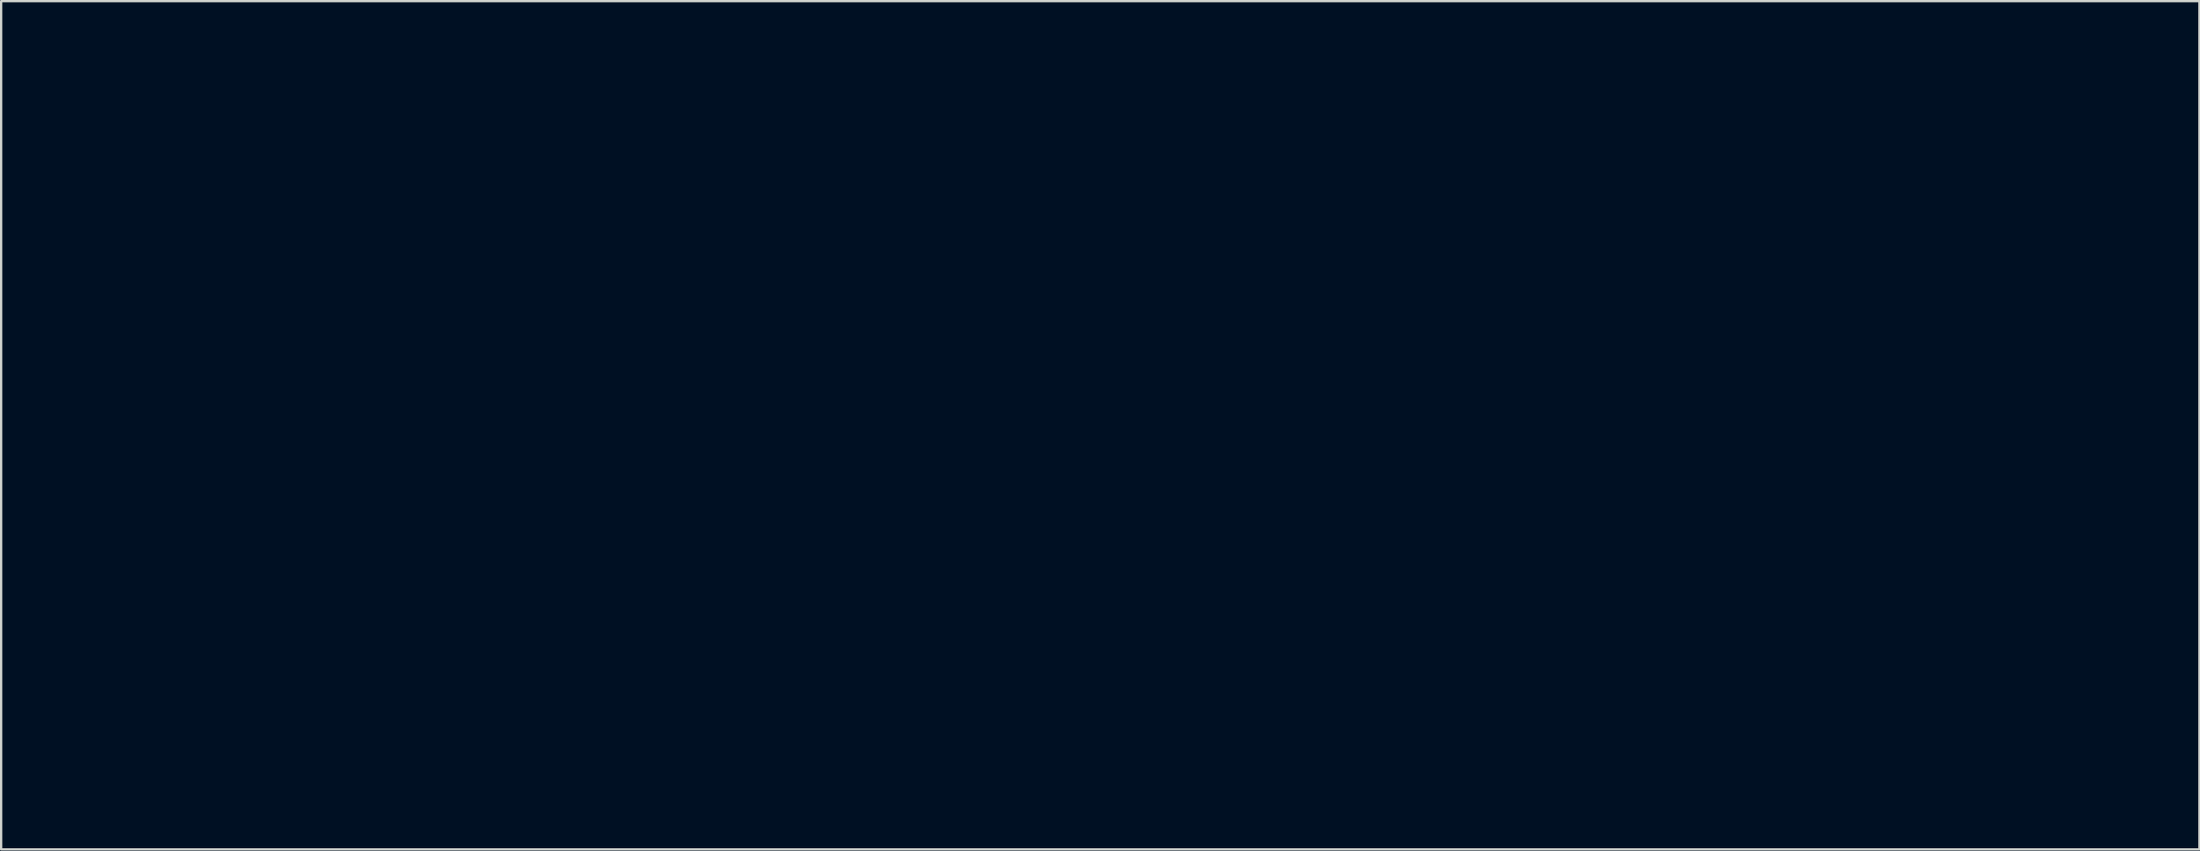
<source format=kicad_pcb>
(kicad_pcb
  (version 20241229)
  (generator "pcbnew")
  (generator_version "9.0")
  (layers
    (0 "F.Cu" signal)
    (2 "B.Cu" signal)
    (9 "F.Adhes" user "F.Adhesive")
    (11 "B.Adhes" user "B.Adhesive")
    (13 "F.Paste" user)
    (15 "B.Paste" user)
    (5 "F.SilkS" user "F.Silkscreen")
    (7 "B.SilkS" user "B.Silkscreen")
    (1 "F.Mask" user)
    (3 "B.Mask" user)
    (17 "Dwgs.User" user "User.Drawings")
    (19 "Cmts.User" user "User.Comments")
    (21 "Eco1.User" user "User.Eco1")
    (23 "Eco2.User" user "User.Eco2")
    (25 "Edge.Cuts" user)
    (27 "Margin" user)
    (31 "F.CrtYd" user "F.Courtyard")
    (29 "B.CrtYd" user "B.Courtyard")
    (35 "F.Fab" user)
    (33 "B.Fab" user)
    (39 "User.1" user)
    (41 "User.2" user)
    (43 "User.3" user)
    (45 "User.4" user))
  (footprint "love_3"
    (layer "F.Cu")
    (at 42.75 15.106)
    (property "Reference" "love_3" (at 0 0 0) (layer "F.Mask") (effects (font (size 1.524 1.524) (thickness 0.3))))
    (attr through_hole)
    (fp_poly (pts (xy -37.091 -8.902) (xy -36.971 -8.85) (xy -36.881 -8.694) (xy -36.88 -8.5) (xy -36.953 -8.36) (xy -37.116 -8.285) (xy -37.322 -8.286) (xy -37.495 -8.359) (xy -37.523 -8.386) (xy -37.584 -8.556) (xy -37.536 -8.735) (xy -37.404 -8.871) (xy -37.278 -8.913) (xy -37.091 -8.902)) (stroke (width 0.01) (type solid)) (fill yes) (layer "F.Mask"))
    (fp_poly (pts (xy -34.735 -9.082) (xy -34.551 -8.91) (xy -34.473 -8.653) (xy -34.471 -8.612) (xy -34.531 -8.359) (xy -34.686 -8.174) (xy -34.9 -8.073) (xy -35.136 -8.07) (xy -35.358 -8.181) (xy -35.402 -8.223) (xy -35.539 -8.456) (xy -35.547 -8.601) (xy -35.16 -8.601) (xy -35.116 -8.517) (xy -35.017 -8.456) (xy -34.933 -8.5) (xy -34.872 -8.598) (xy -34.916 -8.683) (xy -35.014 -8.744) (xy -35.099 -8.7) (xy -35.16 -8.601) (xy -35.547 -8.601) (xy -35.553 -8.7) (xy -35.46 -8.919) (xy -35.275 -9.079) (xy -35.015 -9.144) (xy -35.002 -9.144) (xy -34.735 -9.082)) (stroke (width 0.01) (type solid)) (fill yes) (layer "F.Mask"))
    (fp_poly (pts (xy -39.205 -9.079) (xy -39.011 -8.912) (xy -38.906 -8.682) (xy -38.898 -8.6) (xy -38.942 -8.43) (xy -39.048 -8.247) (xy -39.049 -8.247) (xy -39.252 -8.092) (xy -39.498 -8.052) (xy -39.736 -8.13) (xy -39.839 -8.214) (xy -39.972 -8.446) (xy -39.982 -8.608) (xy -39.586 -8.608) (xy -39.541 -8.514) (xy -39.439 -8.46) (xy -39.362 -8.513) (xy -39.35 -8.638) (xy -39.361 -8.676) (xy -39.419 -8.756) (xy -39.513 -8.71) (xy -39.517 -8.707) (xy -39.586 -8.608) (xy -39.982 -8.608) (xy -39.987 -8.69) (xy -39.897 -8.912) (xy -39.719 -9.075) (xy -39.467 -9.144) (xy -39.448 -9.144) (xy -39.205 -9.079)) (stroke (width 0.01) (type solid)) (fill yes) (layer "F.Mask"))
    (fp_poly (pts (xy 12.371 6.86) (xy 13.299 7.781) (xy 12.402 8.68) (xy 12.106 8.973) (xy 11.843 9.225) (xy 11.63 9.421) (xy 11.486 9.544) (xy 11.431 9.579) (xy 11.358 9.53) (xy 11.202 9.394) (xy 10.982 9.188) (xy 10.716 8.929) (xy 10.505 8.718) (xy 10.221 8.429) (xy 9.978 8.172) (xy 9.791 7.968) (xy 9.678 7.835) (xy 9.652 7.792) (xy 9.671 7.765) (xy 10.491 7.765) (xy 10.959 8.238) (xy 11.427 8.71) (xy 11.9 8.238) (xy 12.372 7.765) (xy 11.9 7.293) (xy 11.427 6.82) (xy 10.959 7.293) (xy 10.491 7.765) (xy 9.671 7.765) (xy 9.701 7.722) (xy 9.837 7.568) (xy 10.043 7.348) (xy 10.303 7.08) (xy 10.548 6.833) (xy 11.444 5.939) (xy 12.371 6.86)) (stroke (width 0.01) (type solid)) (fill yes) (layer "F.Mask"))
    (fp_poly (pts (xy 30.112 6.853) (xy 31.051 7.79) (xy 30.169 8.684) (xy 29.877 8.977) (xy 29.616 9.229) (xy 29.406 9.425) (xy 29.264 9.547) (xy 29.211 9.579) (xy 29.138 9.53) (xy 28.981 9.394) (xy 28.758 9.187) (xy 28.487 8.927) (xy 28.23 8.672) (xy 27.325 7.765) (xy 28.271 7.765) (xy 28.738 8.237) (xy 28.943 8.443) (xy 29.103 8.604) (xy 29.196 8.696) (xy 29.21 8.709) (xy 29.259 8.661) (xy 29.387 8.533) (xy 29.571 8.349) (xy 29.667 8.251) (xy 30.12 7.794) (xy 29.673 7.344) (xy 29.467 7.142) (xy 29.3 6.987) (xy 29.197 6.903) (xy 29.179 6.894) (xy 29.111 6.942) (xy 28.967 7.071) (xy 28.776 7.255) (xy 28.702 7.33) (xy 28.271 7.765) (xy 27.325 7.765) (xy 27.325 7.764) (xy 29.173 5.916) (xy 30.112 6.853)) (stroke (width 0.01) (type solid)) (fill yes) (layer "F.Mask"))
    (fp_poly (pts (xy 20.328 7.129) (xy 22.316 7.148) (xy 22.296 7.571) (xy 22.203 8.079) (xy 21.98 8.541) (xy 21.64 8.935) (xy 21.297 9.185) (xy 20.97 9.319) (xy 20.574 9.398) (xy 20.167 9.415) (xy 19.81 9.364) (xy 19.731 9.339) (xy 19.22 9.087) (xy 18.832 8.758) (xy 18.563 8.349) (xy 18.411 7.856) (xy 18.407 7.827) (xy 19.014 7.827) (xy 19.065 7.958) (xy 19.195 8.143) (xy 19.372 8.342) (xy 19.561 8.519) (xy 19.72 8.63) (xy 20.068 8.747) (xy 20.454 8.773) (xy 20.805 8.704) (xy 21.017 8.584) (xy 21.239 8.396) (xy 21.437 8.178) (xy 21.577 7.965) (xy 21.626 7.805) (xy 21.558 7.792) (xy 21.367 7.781) (xy 21.076 7.773) (xy 20.709 7.767) (xy 20.32 7.765) (xy 19.903 7.768) (xy 19.541 7.777) (xy 19.256 7.791) (xy 19.073 7.808) (xy 19.014 7.827) (xy 18.407 7.827) (xy 18.379 7.601) (xy 18.341 7.11) (xy 20.328 7.129)) (stroke (width 0.01) (type solid)) (fill yes) (layer "F.Mask"))
    (fp_poly (pts (xy -11.279 -15.012) (xy -10.433 -14.797) (xy -10.305 -14.752) (xy -9.621 -14.426) (xy -8.977 -13.978) (xy -8.396 -13.432) (xy -7.904 -12.81) (xy -7.524 -12.136) (xy -7.516 -12.116) (xy -7.194 -11.224) (xy -6.997 -10.272) (xy -6.926 -9.27) (xy -6.98 -8.233) (xy -7.16 -7.17) (xy -7.465 -6.096) (xy -7.522 -5.933) (xy -7.977 -4.855) (xy -8.571 -3.762) (xy -9.3 -2.659) (xy -10.161 -1.549) (xy -11.148 -0.44) (xy -12.257 0.666) (xy -13.485 1.762) (xy -14.827 2.844) (xy -15.193 3.122) (xy -15.909 3.658) (xy -15.746 3.79) (xy -15.567 3.918) (xy -15.284 4.1) (xy -14.922 4.321) (xy -14.507 4.566) (xy -14.063 4.821) (xy -13.615 5.072) (xy -13.187 5.305) (xy -12.806 5.504) (xy -12.73 5.542) (xy -11.782 5.991) (xy -10.903 6.352) (xy -10.054 6.64) (xy -9.199 6.869) (xy -9.071 6.898) (xy -8.918 6.919) (xy -8.642 6.941) (xy -8.262 6.964) (xy -7.796 6.987) (xy -7.265 7.011) (xy -6.686 7.034) (xy -6.079 7.055) (xy -5.463 7.075) (xy -4.856 7.092) (xy -4.278 7.107) (xy -3.748 7.117) (xy -3.283 7.123) (xy -2.904 7.125) (xy -2.63 7.12) (xy -2.478 7.11) (xy -2.467 7.108) (xy -2.362 7.066) (xy -2.297 6.977) (xy -2.255 6.803) (xy -2.233 6.646) (xy -2.046 5.729) (xy -1.724 4.831) (xy -1.276 3.964) (xy -0.712 3.14) (xy -0.041 2.373) (xy 0.728 1.675) (xy 1.584 1.059) (xy 2.253 0.672) (xy 2.534 0.528) (xy 2.793 0.403) (xy 2.983 0.319) (xy 3.012 0.308) (xy 3.207 0.236) (xy 3.464 0.139) (xy 3.612 0.084) (xy 4.456 -0.178) (xy 5.323 -0.341) (xy 6.177 -0.4) (xy 6.982 -0.35) (xy 7.08 -0.336) (xy 7.459 -0.281) (xy 7.946 -0.216) (xy 8.502 -0.147) (xy 9.092 -0.077) (xy 9.677 -0.012) (xy 10.22 0.046) (xy 10.685 0.091) (xy 10.886 0.108) (xy 11.2 0.133) (xy 11.596 0.167) (xy 12.012 0.203) (xy 12.228 0.222) (xy 12.626 0.253) (xy 13.146 0.285) (xy 13.765 0.318) (xy 14.46 0.351) (xy 15.207 0.383) (xy 15.985 0.413) (xy 16.77 0.44) (xy 17.539 0.464) (xy 18.268 0.484) (xy 18.936 0.498) (xy 19.518 0.506) (xy 19.848 0.508) (xy 20.36 0.504) (xy 20.972 0.494) (xy 21.663 0.478) (xy 22.408 0.457) (xy 23.186 0.432) (xy 23.972 0.403) (xy 24.743 0.372) (xy 25.477 0.34) (xy 26.15 0.307) (xy 26.739 0.274) (xy 27.222 0.242) (xy 27.468 0.223) (xy 27.873 0.188) (xy 28.3 0.152) (xy 28.683 0.122) (xy 28.847 0.109) (xy 29.4 0.061) (xy 30.07 -0.01) (xy 30.835 -0.1) (xy 31.67 -0.208) (xy 32.55 -0.33) (xy 32.612 -0.338) (xy 33.094 -0.406) (xy 33.464 -0.452) (xy 33.754 -0.478) (xy 33.995 -0.486) (xy 34.22 -0.478) (xy 34.459 -0.454) (xy 34.572 -0.44) (xy 35.782 -0.22) (xy 36.924 0.124) (xy 37.991 0.59) (xy 38.98 1.175) (xy 39.887 1.878) (xy 40.282 2.248) (xy 40.897 2.937) (xy 41.434 3.702) (xy 41.88 4.515) (xy 42.22 5.349) (xy 42.441 6.177) (xy 42.492 6.495) (xy 42.512 6.68) (xy 42.531 6.823) (xy 42.564 6.931) (xy 42.628 7.009) (xy 42.739 7.061) (xy 42.915 7.092) (xy 43.172 7.108) (xy 43.525 7.113) (xy 43.992 7.113) (xy 44.527 7.112) (xy 46.446 7.112) (xy 46.446 7.908) (xy 44.504 7.927) (xy 42.563 7.947) (xy 42.514 8.397) (xy 42.341 9.316) (xy 42.033 10.208) (xy 41.6 11.064) (xy 41.051 11.876) (xy 40.395 12.633) (xy 39.641 13.328) (xy 38.8 13.951) (xy 37.88 14.493) (xy 36.89 14.946) (xy 35.84 15.299) (xy 35.199 15.457) (xy 34.651 15.554) (xy 34.102 15.616) (xy 33.591 15.639) (xy 33.159 15.622) (xy 32.984 15.597) (xy 32.515 15.518) (xy 31.921 15.432) (xy 31.223 15.344) (xy 30.441 15.256) (xy 29.596 15.168) (xy 28.706 15.084) (xy 27.794 15.005) (xy 26.879 14.934) (xy 26.38 14.899) (xy 25.742 14.863) (xy 24.98 14.833) (xy 24.114 14.808) (xy 23.164 14.789) (xy 22.15 14.775) (xy 21.093 14.766) (xy 20.013 14.762) (xy 18.931 14.765) (xy 17.867 14.772) (xy 16.84 14.785) (xy 15.873 14.803) (xy 14.985 14.827) (xy 14.195 14.856) (xy 13.526 14.89) (xy 13.389 14.899) (xy 12.244 14.98) (xy 11.216 15.062) (xy 10.277 15.148) (xy 9.398 15.241) (xy 8.551 15.343) (xy 8.128 15.398) (xy 7.459 15.484) (xy 6.907 15.543) (xy 6.447 15.577) (xy 6.053 15.586) (xy 5.7 15.572) (xy 5.362 15.534) (xy 5.134 15.497) (xy 3.983 15.222) (xy 2.897 14.822) (xy 1.883 14.302) (xy 0.951 13.666) (xy 0.108 12.918) (xy 0.094 12.904) (xy -0.296 12.498) (xy -0.607 12.142) (xy -0.875 11.793) (xy -1.131 11.41) (xy -1.294 11.145) (xy -1.539 10.688) (xy -1.767 10.177) (xy -1.963 9.646) (xy -2.117 9.133) (xy -2.217 8.673) (xy -2.248 8.336) (xy -2.282 8.166) (xy -2.34 8.074) (xy -2.435 8.055) (xy -2.662 8.035) (xy -3.01 8.016) (xy -3.468 7.997) (xy -4.022 7.98) (xy -4.662 7.964) (xy -5.261 7.952) (xy -6.095 7.936) (xy -6.8 7.919) (xy -7.394 7.9) (xy -7.894 7.877) (xy -8.318 7.85) (xy -8.683 7.816) (xy -9.005 7.774) (xy -9.303 7.724) (xy -9.592 7.662) (xy -9.89 7.59) (xy -9.938 7.577) (xy -10.064 7.539) (xy -1.627 7.539) (xy -1.626 7.62) (xy -1.609 8.193) (xy -1.556 8.684) (xy -1.456 9.152) (xy -1.3 9.658) (xy -1.224 9.87) (xy -0.86 10.669) (xy -0.368 11.447) (xy 0.233 12.185) (xy 0.926 12.861) (xy 1.693 13.456) (xy 2.105 13.719) (xy 2.312 13.834) (xy 2.583 13.974) (xy 2.886 14.123) (xy 3.189 14.266) (xy 3.462 14.389) (xy 3.672 14.476) (xy 3.787 14.513) (xy 3.792 14.513) (xy 3.8 14.442) (xy 3.807 14.236) (xy 3.814 13.905) (xy 3.821 13.459) (xy 3.827 12.907) (xy 3.832 12.259) (xy 3.837 11.527) (xy 3.84 10.718) (xy 3.843 9.844) (xy 3.845 8.914) (xy 3.846 7.939) (xy 3.846 7.619) (xy 5.225 7.619) (xy 5.225 14.868) (xy 5.425 14.898) (xy 5.602 14.915) (xy 5.863 14.93) (xy 6.114 14.939) (xy 6.604 14.95) (xy 6.604 7.576) (xy 7.983 7.576) (xy 7.983 8.581) (xy 7.985 9.545) (xy 7.987 10.457) (xy 7.991 11.307) (xy 7.995 12.086) (xy 8 12.783) (xy 8.006 13.39) (xy 8.012 13.896) (xy 8.019 14.291) (xy 8.026 14.566) (xy 8.033 14.711) (xy 8.037 14.732) (xy 8.124 14.724) (xy 8.33 14.703) (xy 8.631 14.67) (xy 9.003 14.629) (xy 9.326 14.593) (xy 9.785 14.545) (xy 10.344 14.492) (xy 10.958 14.438) (xy 11.583 14.386) (xy 12.174 14.342) (xy 12.265 14.335) (xy 12.783 14.299) (xy 13.287 14.263) (xy 13.745 14.231) (xy 14.13 14.204) (xy 14.412 14.184) (xy 14.496 14.178) (xy 15.022 14.139) (xy 15.022 1.117) (xy 16.474 1.117) (xy 16.474 7.616) (xy 16.474 14.115) (xy 20.483 14.124) (xy 21.51 14.127) (xy 22.413 14.133) (xy 23.216 14.142) (xy 23.94 14.155) (xy 24.609 14.173) (xy 25.243 14.196) (xy 25.865 14.225) (xy 26.498 14.261) (xy 27.163 14.305) (xy 27.883 14.357) (xy 28.049 14.37) (xy 28.633 14.419) (xy 29.306 14.483) (xy 30.026 14.558) (xy 30.749 14.64) (xy 31.434 14.723) (xy 32.038 14.802) (xy 32.294 14.839) (xy 32.915 14.898) (xy 33.59 14.907) (xy 34.25 14.867) (xy 34.704 14.803) (xy 35.403 14.642) (xy 36.154 14.416) (xy 36.912 14.141) (xy 37.631 13.835) (xy 38.265 13.515) (xy 38.439 13.414) (xy 39.216 12.866) (xy 39.928 12.204) (xy 40.556 11.449) (xy 41.087 10.624) (xy 41.502 9.75) (xy 41.748 9.003) (xy 41.841 8.511) (xy 41.893 7.934) (xy 41.903 7.324) (xy 41.871 6.733) (xy 41.797 6.215) (xy 41.77 6.096) (xy 41.467 5.171) (xy 41.035 4.293) (xy 40.484 3.471) (xy 39.825 2.716) (xy 39.07 2.038) (xy 38.23 1.447) (xy 37.316 0.955) (xy 36.339 0.57) (xy 35.605 0.367) (xy 35.052 0.253) (xy 34.558 0.189) (xy 34.074 0.171) (xy 33.554 0.2) (xy 32.948 0.272) (xy 32.87 0.284) (xy 32.252 0.373) (xy 31.755 0.444) (xy 31.356 0.499) (xy 31.031 0.541) (xy 30.758 0.574) (xy 30.514 0.599) (xy 30.299 0.619) (xy 29.948 0.652) (xy 29.549 0.694) (xy 29.246 0.728) (xy 28.989 0.754) (xy 28.61 0.787) (xy 28.132 0.824) (xy 27.578 0.864) (xy 26.971 0.905) (xy 26.334 0.946) (xy 25.689 0.986) (xy 25.061 1.022) (xy 24.471 1.054) (xy 24.348 1.06) (xy 24.061 1.071) (xy 23.65 1.081) (xy 23.134 1.09) (xy 22.534 1.098) (xy 21.87 1.104) (xy 21.163 1.109) (xy 20.432 1.113) (xy 19.903 1.114) (xy 16.474 1.117) (xy 15.022 1.117) (xy 15.022 1.016) (xy 14.641 1.016) (xy 14.369 1.009) (xy 13.988 0.991) (xy 13.516 0.962) (xy 12.975 0.925) (xy 12.385 0.88) (xy 11.764 0.831) (xy 11.135 0.779) (xy 10.515 0.724) (xy 9.926 0.67) (xy 9.388 0.617) (xy 8.92 0.568) (xy 8.542 0.524) (xy 8.276 0.487) (xy 8.164 0.465) (xy 7.983 0.42) (xy 7.983 7.576) (xy 6.604 7.576) (xy 6.604 0.196) (xy 5.986 0.24) (xy 5.696 0.265) (xy 5.46 0.293) (xy 5.317 0.319) (xy 5.296 0.327) (xy 5.284 0.408) (xy 5.272 0.63) (xy 5.262 0.993) (xy 5.253 1.491) (xy 5.245 2.124) (xy 5.238 2.888) (xy 5.233 3.779) (xy 5.229 4.797) (xy 5.226 5.936) (xy 5.225 7.196) (xy 5.225 7.619) (xy 3.846 7.619) (xy 3.846 7.585) (xy 3.846 0.655) (xy 3.482 0.799) (xy 2.543 1.238) (xy 1.66 1.787) (xy 0.851 2.432) (xy 0.129 3.157) (xy -0.488 3.947) (xy -0.984 4.788) (xy -1.138 5.116) (xy -1.366 5.71) (xy -1.517 6.276) (xy -1.6 6.868) (xy -1.627 7.539) (xy -10.064 7.539) (xy -10.692 7.347) (xy -11.533 7.03) (xy -12.439 6.635) (xy -13.389 6.173) (xy -14.362 5.653) (xy -15.336 5.086) (xy -15.675 4.877) (xy -16.058 4.638) (xy -16.339 4.468) (xy -16.537 4.358) (xy -16.672 4.298) (xy -16.766 4.281) (xy -16.837 4.296) (xy -16.907 4.336) (xy -16.909 4.338) (xy -18.37 5.232) (xy -19.834 6.004) (xy -21.293 6.651) (xy -22.737 7.169) (xy -24.158 7.556) (xy -25.548 7.807) (xy -25.799 7.838) (xy -27.217 7.996) (xy -28.515 8.128) (xy -29.715 8.236) (xy -30.838 8.323) (xy -31.907 8.389) (xy -32.945 8.437) (xy -33.909 8.466) (xy -35.995 8.514) (xy -35.995 -2.975) (xy -38.898 -2.975) (xy -38.898 13.208) (xy -40.93 13.208) (xy -40.93 12.41) (xy -39.697 12.41) (xy -39.697 -2.975) (xy -42.745 -2.975) (xy -42.745 -5.443) (xy -41.946 -5.443) (xy -41.946 -3.774) (xy -32.585 -3.774) (xy -32.585 -5.443) (xy -41.946 -5.443) (xy -42.745 -5.443) (xy -42.745 -6.241) (xy -41.378 -6.241) (xy -40.576 -6.241) (xy -33.891 -6.241) (xy -33.891 -8.699) (xy -33.893 -9.3) (xy -33.899 -9.871) (xy -33.908 -10.39) (xy -33.92 -10.839) (xy -33.934 -11.196) (xy -33.951 -11.44) (xy -33.962 -11.53) (xy -34.145 -12.123) (xy -34.454 -12.683) (xy -34.87 -13.186) (xy -35.373 -13.607) (xy -35.814 -13.864) (xy -36.08 -13.983) (xy -36.309 -14.06) (xy -36.554 -14.105) (xy -36.869 -14.13) (xy -37.031 -14.138) (xy -37.411 -14.147) (xy -37.702 -14.132) (xy -37.959 -14.088) (xy -38.229 -14.011) (xy -38.849 -13.737) (xy -39.398 -13.344) (xy -39.857 -12.851) (xy -40.212 -12.273) (xy -40.351 -11.936) (xy -40.398 -11.799) (xy -40.436 -11.67) (xy -40.466 -11.532) (xy -40.49 -11.369) (xy -40.508 -11.163) (xy -40.521 -10.898) (xy -40.531 -10.557) (xy -40.539 -10.123) (xy -40.545 -9.579) (xy -40.552 -8.909) (xy -40.552 -8.836) (xy -40.576 -6.241) (xy -41.378 -6.241) (xy -41.347 -8.908) (xy -41.338 -9.61) (xy -41.329 -10.183) (xy -41.32 -10.644) (xy -41.308 -11.009) (xy -41.293 -11.293) (xy -41.275 -11.515) (xy -41.252 -11.689) (xy -41.223 -11.832) (xy -41.188 -11.961) (xy -41.168 -12.024) (xy -40.851 -12.766) (xy -40.425 -13.416) (xy -39.894 -13.967) (xy -39.263 -14.415) (xy -38.73 -14.678) (xy -38.426 -14.792) (xy -38.14 -14.865) (xy -37.813 -14.909) (xy -37.482 -14.931) (xy -36.909 -14.938) (xy -36.42 -14.888) (xy -35.964 -14.77) (xy -35.486 -14.575) (xy -35.326 -14.497) (xy -34.723 -14.12) (xy -34.191 -13.637) (xy -33.749 -13.071) (xy -33.414 -12.445) (xy -33.202 -11.783) (xy -33.169 -11.611) (xy -33.151 -11.425) (xy -33.134 -11.114) (xy -33.12 -10.701) (xy -33.108 -10.206) (xy -33.099 -9.652) (xy -33.094 -9.058) (xy -33.093 -8.69) (xy -33.093 -6.241) (xy -31.786 -6.241) (xy -31.786 -2.975) (xy -35.125 -2.975) (xy -35.125 7.643) (xy -33.582 7.594) (xy -32.384 7.545) (xy -31.123 7.472) (xy -29.837 7.379) (xy -28.561 7.269) (xy -27.335 7.144) (xy -26.193 7.009) (xy -25.545 6.921) (xy -24.124 6.651) (xy -22.697 6.244) (xy -21.257 5.701) (xy -19.798 5.017) (xy -19.739 4.987) (xy -19.378 4.796) (xy -19 4.589) (xy -18.626 4.377) (xy -18.278 4.174) (xy -17.976 3.992) (xy -17.743 3.844) (xy -17.6 3.743) (xy -17.565 3.704) (xy -17.622 3.648) (xy -17.772 3.535) (xy -17.985 3.386) (xy -18.054 3.34) (xy -19.598 2.228) (xy -21.031 1.024) (xy -22.356 -0.275) (xy -23.578 -1.675) (xy -24.702 -3.18) (xy -24.902 -3.474) (xy -25.574 -4.562) (xy -26.115 -5.627) (xy -26.527 -6.667) (xy -26.808 -7.677) (xy -26.959 -8.652) (xy -26.971 -9.257) (xy -26.089 -9.257) (xy -26.072 -8.715) (xy -26.023 -8.204) (xy -25.953 -7.803) (xy -25.653 -6.793) (xy -25.215 -5.75) (xy -24.641 -4.678) (xy -23.933 -3.581) (xy -23.095 -2.462) (xy -22.128 -1.325) (xy -21.751 -0.915) (xy -21.011 -0.155) (xy -20.274 0.539) (xy -19.506 1.194) (xy -18.675 1.837) (xy -17.749 2.496) (xy -17.497 2.668) (xy -16.742 3.178) (xy -16.19 2.772) (xy -15.886 2.545) (xy -15.525 2.272) (xy -15.163 1.995) (xy -14.986 1.857) (xy -13.719 0.818) (xy -12.556 -0.246) (xy -11.505 -1.324) (xy -10.576 -2.408) (xy -9.777 -3.487) (xy -9.475 -3.951) (xy -8.883 -4.987) (xy -8.425 -5.997) (xy -8.097 -6.994) (xy -7.895 -7.994) (xy -7.813 -9.01) (xy -7.811 -9.18) (xy -7.863 -10.13) (xy -8.027 -10.989) (xy -8.3 -11.756) (xy -8.683 -12.429) (xy -9.174 -13.007) (xy -9.772 -13.489) (xy -10.477 -13.873) (xy -10.817 -14.01) (xy -11.022 -14.078) (xy -11.218 -14.125) (xy -11.441 -14.156) (xy -11.722 -14.173) (xy -12.095 -14.181) (xy -12.373 -14.183) (xy -12.822 -14.182) (xy -13.162 -14.173) (xy -13.428 -14.151) (xy -13.656 -14.113) (xy -13.882 -14.055) (xy -14.006 -14.018) (xy -14.508 -13.834) (xy -15.016 -13.601) (xy -15.485 -13.341) (xy -15.869 -13.079) (xy -15.959 -13.005) (xy -16.279 -12.728) (xy -15.976 -12.218) (xy -15.805 -11.899) (xy -15.626 -11.514) (xy -15.471 -11.136) (xy -15.443 -11.061) (xy -15.328 -10.716) (xy -15.259 -10.43) (xy -15.222 -10.14) (xy -15.209 -9.782) (xy -15.208 -9.688) (xy -15.211 -9.333) (xy -15.228 -9.081) (xy -15.266 -8.89) (xy -15.332 -8.719) (xy -15.374 -8.636) (xy -15.508 -8.405) (xy -15.649 -8.201) (xy -15.7 -8.139) (xy -16.029 -7.883) (xy -16.429 -7.734) (xy -16.866 -7.698) (xy -17.306 -7.781) (xy -17.429 -7.828) (xy -17.707 -7.996) (xy -18 -8.25) (xy -18.262 -8.546) (xy -18.45 -8.837) (xy -18.475 -8.892) (xy -18.54 -9.149) (xy -18.571 -9.499) (xy -18.571 -9.544) (xy -17.724 -9.544) (xy -17.653 -9.217) (xy -17.597 -9.108) (xy -17.354 -8.822) (xy -17.076 -8.638) (xy -16.789 -8.567) (xy -16.519 -8.617) (xy -16.427 -8.67) (xy -16.217 -8.903) (xy -16.089 -9.238) (xy -16.046 -9.658) (xy -16.091 -10.142) (xy -16.151 -10.417) (xy -16.268 -10.795) (xy -16.425 -11.199) (xy -16.597 -11.57) (xy -16.738 -11.818) (xy -16.823 -11.933) (xy -16.882 -11.931) (xy -16.943 -11.854) (xy -17.231 -11.384) (xy -17.458 -10.894) (xy -17.62 -10.407) (xy -17.711 -9.949) (xy -17.724 -9.544) (xy -18.571 -9.544) (xy -18.571 -9.894) (xy -18.538 -10.287) (xy -18.474 -10.629) (xy -18.462 -10.673) (xy -18.352 -10.982) (xy -18.193 -11.353) (xy -18.008 -11.741) (xy -17.817 -12.101) (xy -17.645 -12.386) (xy -17.589 -12.465) (xy -17.485 -12.627) (xy -17.446 -12.747) (xy -17.45 -12.768) (xy -17.549 -12.869) (xy -17.741 -13.024) (xy -17.992 -13.207) (xy -18.272 -13.398) (xy -18.547 -13.573) (xy -18.786 -13.71) (xy -18.821 -13.729) (xy -19.528 -14.01) (xy -20.293 -14.178) (xy -21.085 -14.234) (xy -21.869 -14.174) (xy -22.614 -13.998) (xy -22.867 -13.906) (xy -23.625 -13.528) (xy -24.31 -13.045) (xy -24.907 -12.47) (xy -25.402 -11.821) (xy -25.779 -11.111) (xy -25.952 -10.632) (xy -26.029 -10.258) (xy -26.074 -9.785) (xy -26.089 -9.257) (xy -26.971 -9.257) (xy -26.978 -9.589) (xy -26.864 -10.484) (xy -26.619 -11.333) (xy -26.24 -12.131) (xy -26.045 -12.445) (xy -25.515 -13.114) (xy -24.87 -13.719) (xy -24.136 -14.239) (xy -23.451 -14.603) (xy -22.624 -14.901) (xy -21.755 -15.067) (xy -20.86 -15.1) (xy -19.958 -15) (xy -19.065 -14.767) (xy -18.812 -14.675) (xy -18.476 -14.521) (xy -18.09 -14.307) (xy -17.702 -14.062) (xy -17.358 -13.817) (xy -17.127 -13.621) (xy -16.873 -13.374) (xy -16.373 -13.765) (xy -15.631 -14.257) (xy -14.817 -14.641) (xy -13.953 -14.911) (xy -13.061 -15.066) (xy -12.162 -15.101) (xy -11.279 -15.012)) (stroke (width 0.01) (type solid)) (fill yes) (layer "F.Mask")))
  (gr_rect
    (start -3 -3)
    (end 92.2 33.75)
    (stroke (width 0.1) (type default))
    (fill no)
    (layer "Edge.Cuts")))
</source>
